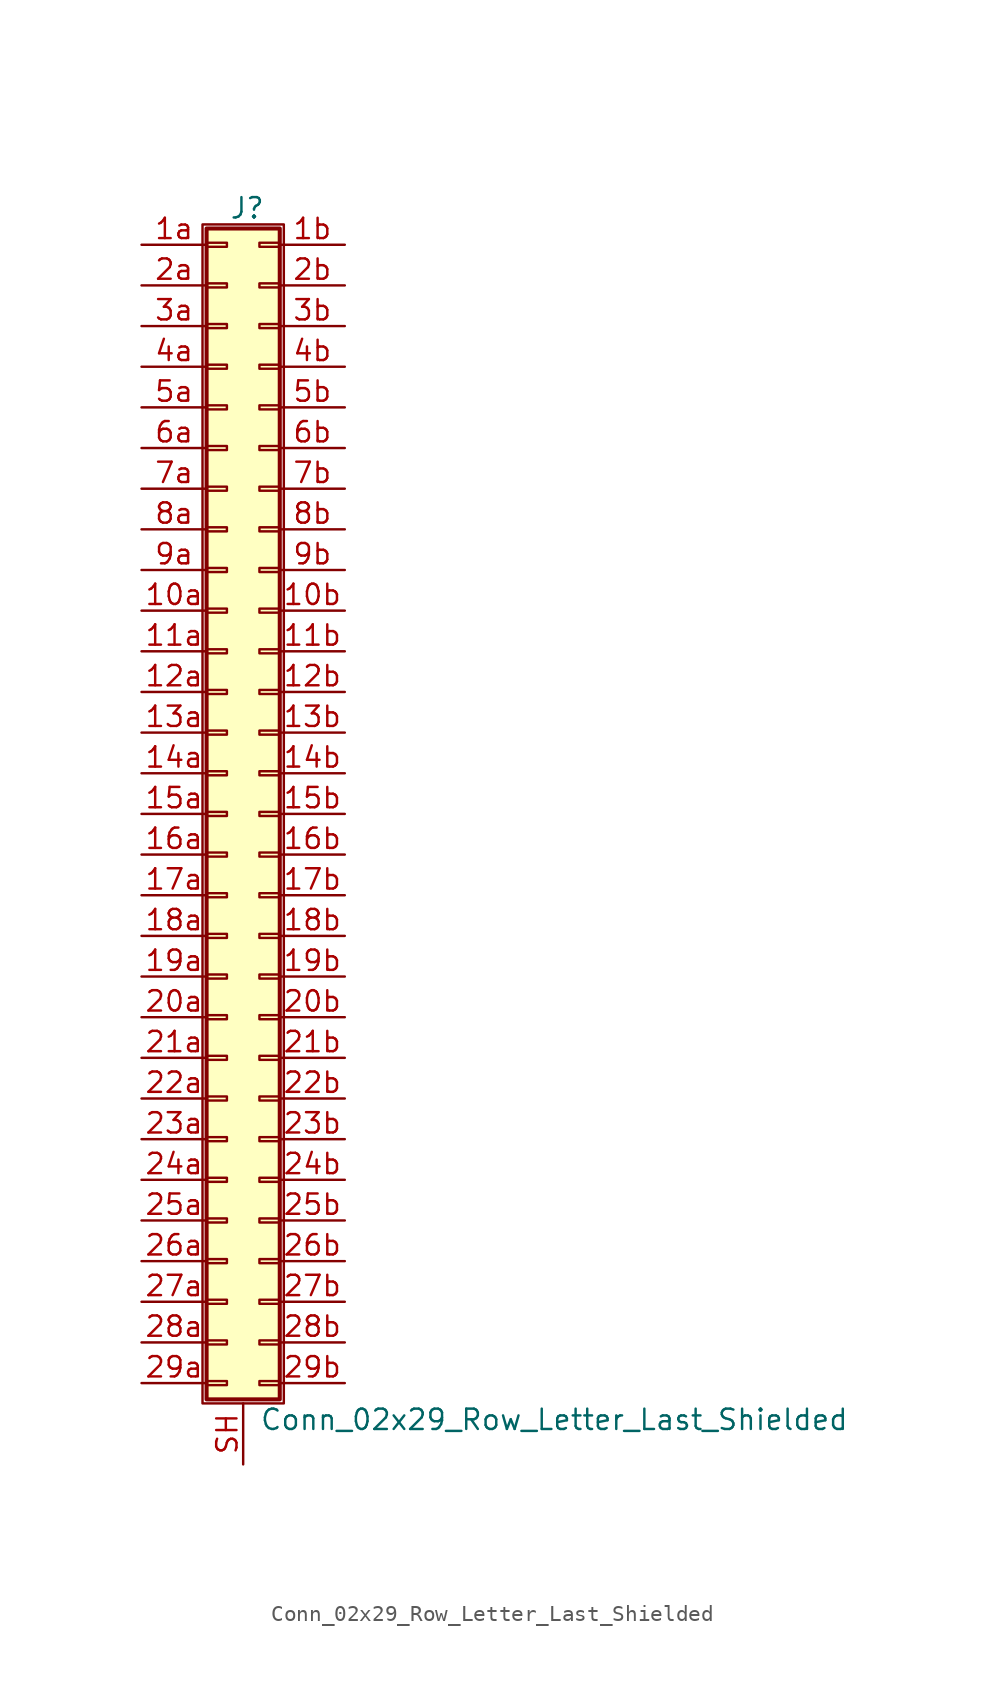
<source format=kicad_sym>
(kicad_symbol_lib
  (version 20201005)
  (generator kicad_symbol_editor)
  (symbol "Connector_Generic_Shielded:Conn_02x29_Row_Letter_Last_Shielded"
    (pin_names
      (offset 1.016) hide)
    (property "Reference" "J"
      (at 1.524 37.846 0)
      (effects (font (size 1.27 1.27))))
    (property "Value" "Conn_02x29_Row_Letter_Last_Shielded"
      (at 2.286 -37.846 0)
      (effects (font (size 1.27 1.27)) (justify left)))
    (symbol "Conn_02x29_Row_Letter_Last_Shielded_1_1"
      (rectangle (start -1.016 -27.813) (end 0.254 -28.067) (stroke (width 0.152)) (fill (type none)))
      (rectangle (start -1.016 -30.353) (end 0.254 -30.607) (stroke (width 0.152)) (fill (type none)))
      (rectangle (start -1.016 -32.893) (end 0.254 -33.147) (stroke (width 0.152)) (fill (type none)))
      (rectangle (start -1.016 -35.433) (end 0.254 -35.687) (stroke (width 0.152)) (fill (type none)))
      (rectangle (start -1.016 -4.953) (end 0.254 -5.207) (stroke (width 0.152)) (fill (type none)))
      (rectangle (start -1.016 -7.493) (end 0.254 -7.747) (stroke (width 0.152)) (fill (type none)))
      (rectangle (start -1.016 -10.033) (end 0.254 -10.287) (stroke (width 0.152)) (fill (type none)))
      (rectangle (start -1.016 -12.573) (end 0.254 -12.827) (stroke (width 0.152)) (fill (type none)))
      (rectangle (start -1.016 -15.113) (end 0.254 -15.367) (stroke (width 0.152)) (fill (type none)))
      (rectangle (start -1.016 -17.653) (end 0.254 -17.907) (stroke (width 0.152)) (fill (type none)))
      (rectangle (start -1.016 -20.193) (end 0.254 -20.447) (stroke (width 0.152)) (fill (type none)))
      (rectangle (start -1.016 -22.733) (end 0.254 -22.987) (stroke (width 0.152)) (fill (type none)))
      (rectangle (start -1.016 -2.413) (end 0.254 -2.667) (stroke (width 0.152)) (fill (type none)))
      (rectangle (start -1.016 -25.273) (end 0.254 -25.527) (stroke (width 0.152)) (fill (type none)))
      (rectangle (start -1.016 25.527) (end 0.254 25.273) (stroke (width 0.152)) (fill (type none)))
      (rectangle (start -1.016 2.667) (end 0.254 2.413) (stroke (width 0.152)) (fill (type none)))
      (rectangle (start -1.016 28.067) (end 0.254 27.813) (stroke (width 0.152)) (fill (type none)))
      (rectangle (start -1.016 30.607) (end 0.254 30.353) (stroke (width 0.152)) (fill (type none)))
      (rectangle (start -1.016 33.147) (end 0.254 32.893) (stroke (width 0.152)) (fill (type none)))
      (rectangle (start -1.016 35.687) (end 0.254 35.433) (stroke (width 0.152)) (fill (type none)))
      (rectangle (start -1.016 36.576) (end 3.556 -36.576) (stroke (width 0.254)) (fill (type background)))
      (rectangle (start -1.016 5.207) (end 0.254 4.953) (stroke (width 0.152)) (fill (type none)))
      (rectangle (start -1.016 7.747) (end 0.254 7.493) (stroke (width 0.152)) (fill (type none)))
      (rectangle (start -1.016 10.287) (end 0.254 10.033) (stroke (width 0.152)) (fill (type none)))
      (rectangle (start -1.016 0.127) (end 0.254 -0.127) (stroke (width 0.152)) (fill (type none)))
      (rectangle (start -1.016 12.827) (end 0.254 12.573) (stroke (width 0.152)) (fill (type none)))
      (rectangle (start -1.016 15.367) (end 0.254 15.113) (stroke (width 0.152)) (fill (type none)))
      (rectangle (start -1.016 17.907) (end 0.254 17.653) (stroke (width 0.152)) (fill (type none)))
      (rectangle (start -1.016 20.447) (end 0.254 20.193) (stroke (width 0.152)) (fill (type none)))
      (rectangle (start -1.016 22.987) (end 0.254 22.733) (stroke (width 0.152)) (fill (type none)))
      (rectangle (start -1.27 36.83) (end 3.81 -36.83) (stroke (width 0.152)) (fill (type none)))
      (rectangle (start 3.556 -27.813) (end 2.286 -28.067) (stroke (width 0.152)) (fill (type none)))
      (rectangle (start 3.556 -30.353) (end 2.286 -30.607) (stroke (width 0.152)) (fill (type none)))
      (rectangle (start 3.556 -32.893) (end 2.286 -33.147) (stroke (width 0.152)) (fill (type none)))
      (rectangle (start 3.556 -35.433) (end 2.286 -35.687) (stroke (width 0.152)) (fill (type none)))
      (rectangle (start 3.556 -4.953) (end 2.286 -5.207) (stroke (width 0.152)) (fill (type none)))
      (rectangle (start 3.556 -7.493) (end 2.286 -7.747) (stroke (width 0.152)) (fill (type none)))
      (rectangle (start 3.556 -10.033) (end 2.286 -10.287) (stroke (width 0.152)) (fill (type none)))
      (rectangle (start 3.556 -12.573) (end 2.286 -12.827) (stroke (width 0.152)) (fill (type none)))
      (rectangle (start 3.556 -15.113) (end 2.286 -15.367) (stroke (width 0.152)) (fill (type none)))
      (rectangle (start 3.556 -17.653) (end 2.286 -17.907) (stroke (width 0.152)) (fill (type none)))
      (rectangle (start 3.556 -20.193) (end 2.286 -20.447) (stroke (width 0.152)) (fill (type none)))
      (rectangle (start 3.556 -22.733) (end 2.286 -22.987) (stroke (width 0.152)) (fill (type none)))
      (rectangle (start 3.556 -2.413) (end 2.286 -2.667) (stroke (width 0.152)) (fill (type none)))
      (rectangle (start 3.556 -25.273) (end 2.286 -25.527) (stroke (width 0.152)) (fill (type none)))
      (rectangle (start 3.556 25.527) (end 2.286 25.273) (stroke (width 0.152)) (fill (type none)))
      (rectangle (start 3.556 2.667) (end 2.286 2.413) (stroke (width 0.152)) (fill (type none)))
      (rectangle (start 3.556 28.067) (end 2.286 27.813) (stroke (width 0.152)) (fill (type none)))
      (rectangle (start 3.556 30.607) (end 2.286 30.353) (stroke (width 0.152)) (fill (type none)))
      (rectangle (start 3.556 33.147) (end 2.286 32.893) (stroke (width 0.152)) (fill (type none)))
      (rectangle (start 3.556 35.687) (end 2.286 35.433) (stroke (width 0.152)) (fill (type none)))
      (rectangle (start 3.556 5.207) (end 2.286 4.953) (stroke (width 0.152)) (fill (type none)))
      (rectangle (start 3.556 7.747) (end 2.286 7.493) (stroke (width 0.152)) (fill (type none)))
      (rectangle (start 3.556 10.287) (end 2.286 10.033) (stroke (width 0.152)) (fill (type none)))
      (rectangle (start 3.556 0.127) (end 2.286 -0.127) (stroke (width 0.152)) (fill (type none)))
      (rectangle (start 3.556 12.827) (end 2.286 12.573) (stroke (width 0.152)) (fill (type none)))
      (rectangle (start 3.556 15.367) (end 2.286 15.113) (stroke (width 0.152)) (fill (type none)))
      (rectangle (start 3.556 17.907) (end 2.286 17.653) (stroke (width 0.152)) (fill (type none)))
      (rectangle (start 3.556 20.447) (end 2.286 20.193) (stroke (width 0.152)) (fill (type none)))
      (rectangle (start 3.556 22.987) (end 2.286 22.733) (stroke (width 0.152)) (fill (type none)))
      (pin passive line (at -5.08 12.7 0) (length 4.064) (name "Pin_10a" (effects (font (size 1.27 1.27)))) (number "10a" (effects (font (size 1.27 1.27)))))
      (pin passive line (at 7.62 12.7 180) (length 4.064) (name "Pin_10b" (effects (font (size 1.27 1.27)))) (number "10b" (effects (font (size 1.27 1.27)))))
      (pin passive line (at -5.08 10.16 0) (length 4.064) (name "Pin_11a" (effects (font (size 1.27 1.27)))) (number "11a" (effects (font (size 1.27 1.27)))))
      (pin passive line (at 7.62 10.16 180) (length 4.064) (name "Pin_11b" (effects (font (size 1.27 1.27)))) (number "11b" (effects (font (size 1.27 1.27)))))
      (pin passive line (at -5.08 7.62 0) (length 4.064) (name "Pin_12a" (effects (font (size 1.27 1.27)))) (number "12a" (effects (font (size 1.27 1.27)))))
      (pin passive line (at 7.62 7.62 180) (length 4.064) (name "Pin_12b" (effects (font (size 1.27 1.27)))) (number "12b" (effects (font (size 1.27 1.27)))))
      (pin passive line (at -5.08 5.08 0) (length 4.064) (name "Pin_13a" (effects (font (size 1.27 1.27)))) (number "13a" (effects (font (size 1.27 1.27)))))
      (pin passive line (at 7.62 5.08 180) (length 4.064) (name "Pin_13b" (effects (font (size 1.27 1.27)))) (number "13b" (effects (font (size 1.27 1.27)))))
      (pin passive line (at -5.08 2.54 0) (length 4.064) (name "Pin_14a" (effects (font (size 1.27 1.27)))) (number "14a" (effects (font (size 1.27 1.27)))))
      (pin passive line (at 7.62 2.54 180) (length 4.064) (name "Pin_14b" (effects (font (size 1.27 1.27)))) (number "14b" (effects (font (size 1.27 1.27)))))
      (pin passive line (at -5.08 0 0) (length 4.064) (name "Pin_15a" (effects (font (size 1.27 1.27)))) (number "15a" (effects (font (size 1.27 1.27)))))
      (pin passive line (at 7.62 0 180) (length 4.064) (name "Pin_15b" (effects (font (size 1.27 1.27)))) (number "15b" (effects (font (size 1.27 1.27)))))
      (pin passive line (at -5.08 -2.54 0) (length 4.064) (name "Pin_16a" (effects (font (size 1.27 1.27)))) (number "16a" (effects (font (size 1.27 1.27)))))
      (pin passive line (at 7.62 -2.54 180) (length 4.064) (name "Pin_16b" (effects (font (size 1.27 1.27)))) (number "16b" (effects (font (size 1.27 1.27)))))
      (pin passive line (at -5.08 -5.08 0) (length 4.064) (name "Pin_17a" (effects (font (size 1.27 1.27)))) (number "17a" (effects (font (size 1.27 1.27)))))
      (pin passive line (at 7.62 -5.08 180) (length 4.064) (name "Pin_17b" (effects (font (size 1.27 1.27)))) (number "17b" (effects (font (size 1.27 1.27)))))
      (pin passive line (at -5.08 -7.62 0) (length 4.064) (name "Pin_18a" (effects (font (size 1.27 1.27)))) (number "18a" (effects (font (size 1.27 1.27)))))
      (pin passive line (at 7.62 -7.62 180) (length 4.064) (name "Pin_18b" (effects (font (size 1.27 1.27)))) (number "18b" (effects (font (size 1.27 1.27)))))
      (pin passive line (at -5.08 -10.16 0) (length 4.064) (name "Pin_19a" (effects (font (size 1.27 1.27)))) (number "19a" (effects (font (size 1.27 1.27)))))
      (pin passive line (at 7.62 -10.16 180) (length 4.064) (name "Pin_19b" (effects (font (size 1.27 1.27)))) (number "19b" (effects (font (size 1.27 1.27)))))
      (pin passive line (at -5.08 35.56 0) (length 4.064) (name "Pin_1a" (effects (font (size 1.27 1.27)))) (number "1a" (effects (font (size 1.27 1.27)))))
      (pin passive line (at 7.62 35.56 180) (length 4.064) (name "Pin_1b" (effects (font (size 1.27 1.27)))) (number "1b" (effects (font (size 1.27 1.27)))))
      (pin passive line (at -5.08 -12.7 0) (length 4.064) (name "Pin_20a" (effects (font (size 1.27 1.27)))) (number "20a" (effects (font (size 1.27 1.27)))))
      (pin passive line (at 7.62 -12.7 180) (length 4.064) (name "Pin_20b" (effects (font (size 1.27 1.27)))) (number "20b" (effects (font (size 1.27 1.27)))))
      (pin passive line (at -5.08 -15.24 0) (length 4.064) (name "Pin_21a" (effects (font (size 1.27 1.27)))) (number "21a" (effects (font (size 1.27 1.27)))))
      (pin passive line (at 7.62 -15.24 180) (length 4.064) (name "Pin_21b" (effects (font (size 1.27 1.27)))) (number "21b" (effects (font (size 1.27 1.27)))))
      (pin passive line (at -5.08 -17.78 0) (length 4.064) (name "Pin_22a" (effects (font (size 1.27 1.27)))) (number "22a" (effects (font (size 1.27 1.27)))))
      (pin passive line (at 7.62 -17.78 180) (length 4.064) (name "Pin_22b" (effects (font (size 1.27 1.27)))) (number "22b" (effects (font (size 1.27 1.27)))))
      (pin passive line (at -5.08 -20.32 0) (length 4.064) (name "Pin_23a" (effects (font (size 1.27 1.27)))) (number "23a" (effects (font (size 1.27 1.27)))))
      (pin passive line (at 7.62 -20.32 180) (length 4.064) (name "Pin_23b" (effects (font (size 1.27 1.27)))) (number "23b" (effects (font (size 1.27 1.27)))))
      (pin passive line (at -5.08 -22.86 0) (length 4.064) (name "Pin_24a" (effects (font (size 1.27 1.27)))) (number "24a" (effects (font (size 1.27 1.27)))))
      (pin passive line (at 7.62 -22.86 180) (length 4.064) (name "Pin_24b" (effects (font (size 1.27 1.27)))) (number "24b" (effects (font (size 1.27 1.27)))))
      (pin passive line (at -5.08 -25.4 0) (length 4.064) (name "Pin_25a" (effects (font (size 1.27 1.27)))) (number "25a" (effects (font (size 1.27 1.27)))))
      (pin passive line (at 7.62 -25.4 180) (length 4.064) (name "Pin_25b" (effects (font (size 1.27 1.27)))) (number "25b" (effects (font (size 1.27 1.27)))))
      (pin passive line (at -5.08 -27.94 0) (length 4.064) (name "Pin_26a" (effects (font (size 1.27 1.27)))) (number "26a" (effects (font (size 1.27 1.27)))))
      (pin passive line (at 7.62 -27.94 180) (length 4.064) (name "Pin_26b" (effects (font (size 1.27 1.27)))) (number "26b" (effects (font (size 1.27 1.27)))))
      (pin passive line (at -5.08 -30.48 0) (length 4.064) (name "Pin_27a" (effects (font (size 1.27 1.27)))) (number "27a" (effects (font (size 1.27 1.27)))))
      (pin passive line (at 7.62 -30.48 180) (length 4.064) (name "Pin_27b" (effects (font (size 1.27 1.27)))) (number "27b" (effects (font (size 1.27 1.27)))))
      (pin passive line (at -5.08 -33.02 0) (length 4.064) (name "Pin_28a" (effects (font (size 1.27 1.27)))) (number "28a" (effects (font (size 1.27 1.27)))))
      (pin passive line (at 7.62 -33.02 180) (length 4.064) (name "Pin_28b" (effects (font (size 1.27 1.27)))) (number "28b" (effects (font (size 1.27 1.27)))))
      (pin passive line (at -5.08 -35.56 0) (length 4.064) (name "Pin_29a" (effects (font (size 1.27 1.27)))) (number "29a" (effects (font (size 1.27 1.27)))))
      (pin passive line (at 7.62 -35.56 180) (length 4.064) (name "Pin_29b" (effects (font (size 1.27 1.27)))) (number "29b" (effects (font (size 1.27 1.27)))))
      (pin passive line (at -5.08 33.02 0) (length 4.064) (name "Pin_2a" (effects (font (size 1.27 1.27)))) (number "2a" (effects (font (size 1.27 1.27)))))
      (pin passive line (at 7.62 33.02 180) (length 4.064) (name "Pin_2b" (effects (font (size 1.27 1.27)))) (number "2b" (effects (font (size 1.27 1.27)))))
      (pin passive line (at -5.08 30.48 0) (length 4.064) (name "Pin_3a" (effects (font (size 1.27 1.27)))) (number "3a" (effects (font (size 1.27 1.27)))))
      (pin passive line (at 7.62 30.48 180) (length 4.064) (name "Pin_3b" (effects (font (size 1.27 1.27)))) (number "3b" (effects (font (size 1.27 1.27)))))
      (pin passive line (at -5.08 27.94 0) (length 4.064) (name "Pin_4a" (effects (font (size 1.27 1.27)))) (number "4a" (effects (font (size 1.27 1.27)))))
      (pin passive line (at 7.62 27.94 180) (length 4.064) (name "Pin_4b" (effects (font (size 1.27 1.27)))) (number "4b" (effects (font (size 1.27 1.27)))))
      (pin passive line (at -5.08 25.4 0) (length 4.064) (name "Pin_5a" (effects (font (size 1.27 1.27)))) (number "5a" (effects (font (size 1.27 1.27)))))
      (pin passive line (at 7.62 25.4 180) (length 4.064) (name "Pin_5b" (effects (font (size 1.27 1.27)))) (number "5b" (effects (font (size 1.27 1.27)))))
      (pin passive line (at -5.08 22.86 0) (length 4.064) (name "Pin_6a" (effects (font (size 1.27 1.27)))) (number "6a" (effects (font (size 1.27 1.27)))))
      (pin passive line (at 7.62 22.86 180) (length 4.064) (name "Pin_6b" (effects (font (size 1.27 1.27)))) (number "6b" (effects (font (size 1.27 1.27)))))
      (pin passive line (at -5.08 20.32 0) (length 4.064) (name "Pin_7a" (effects (font (size 1.27 1.27)))) (number "7a" (effects (font (size 1.27 1.27)))))
      (pin passive line (at 7.62 20.32 180) (length 4.064) (name "Pin_7b" (effects (font (size 1.27 1.27)))) (number "7b" (effects (font (size 1.27 1.27)))))
      (pin passive line (at -5.08 17.78 0) (length 4.064) (name "Pin_8a" (effects (font (size 1.27 1.27)))) (number "8a" (effects (font (size 1.27 1.27)))))
      (pin passive line (at 7.62 17.78 180) (length 4.064) (name "Pin_8b" (effects (font (size 1.27 1.27)))) (number "8b" (effects (font (size 1.27 1.27)))))
      (pin passive line (at -5.08 15.24 0) (length 4.064) (name "Pin_9a" (effects (font (size 1.27 1.27)))) (number "9a" (effects (font (size 1.27 1.27)))))
      (pin passive line (at 7.62 15.24 180) (length 4.064) (name "Pin_9b" (effects (font (size 1.27 1.27)))) (number "9b" (effects (font (size 1.27 1.27)))))
      (pin passive line (at 1.27 -40.64 90) (length 3.81) (name "Shield" (effects (font (size 1.27 1.27)))) (number "SH" (effects (font (size 1.27 1.27))))))))
</source>
